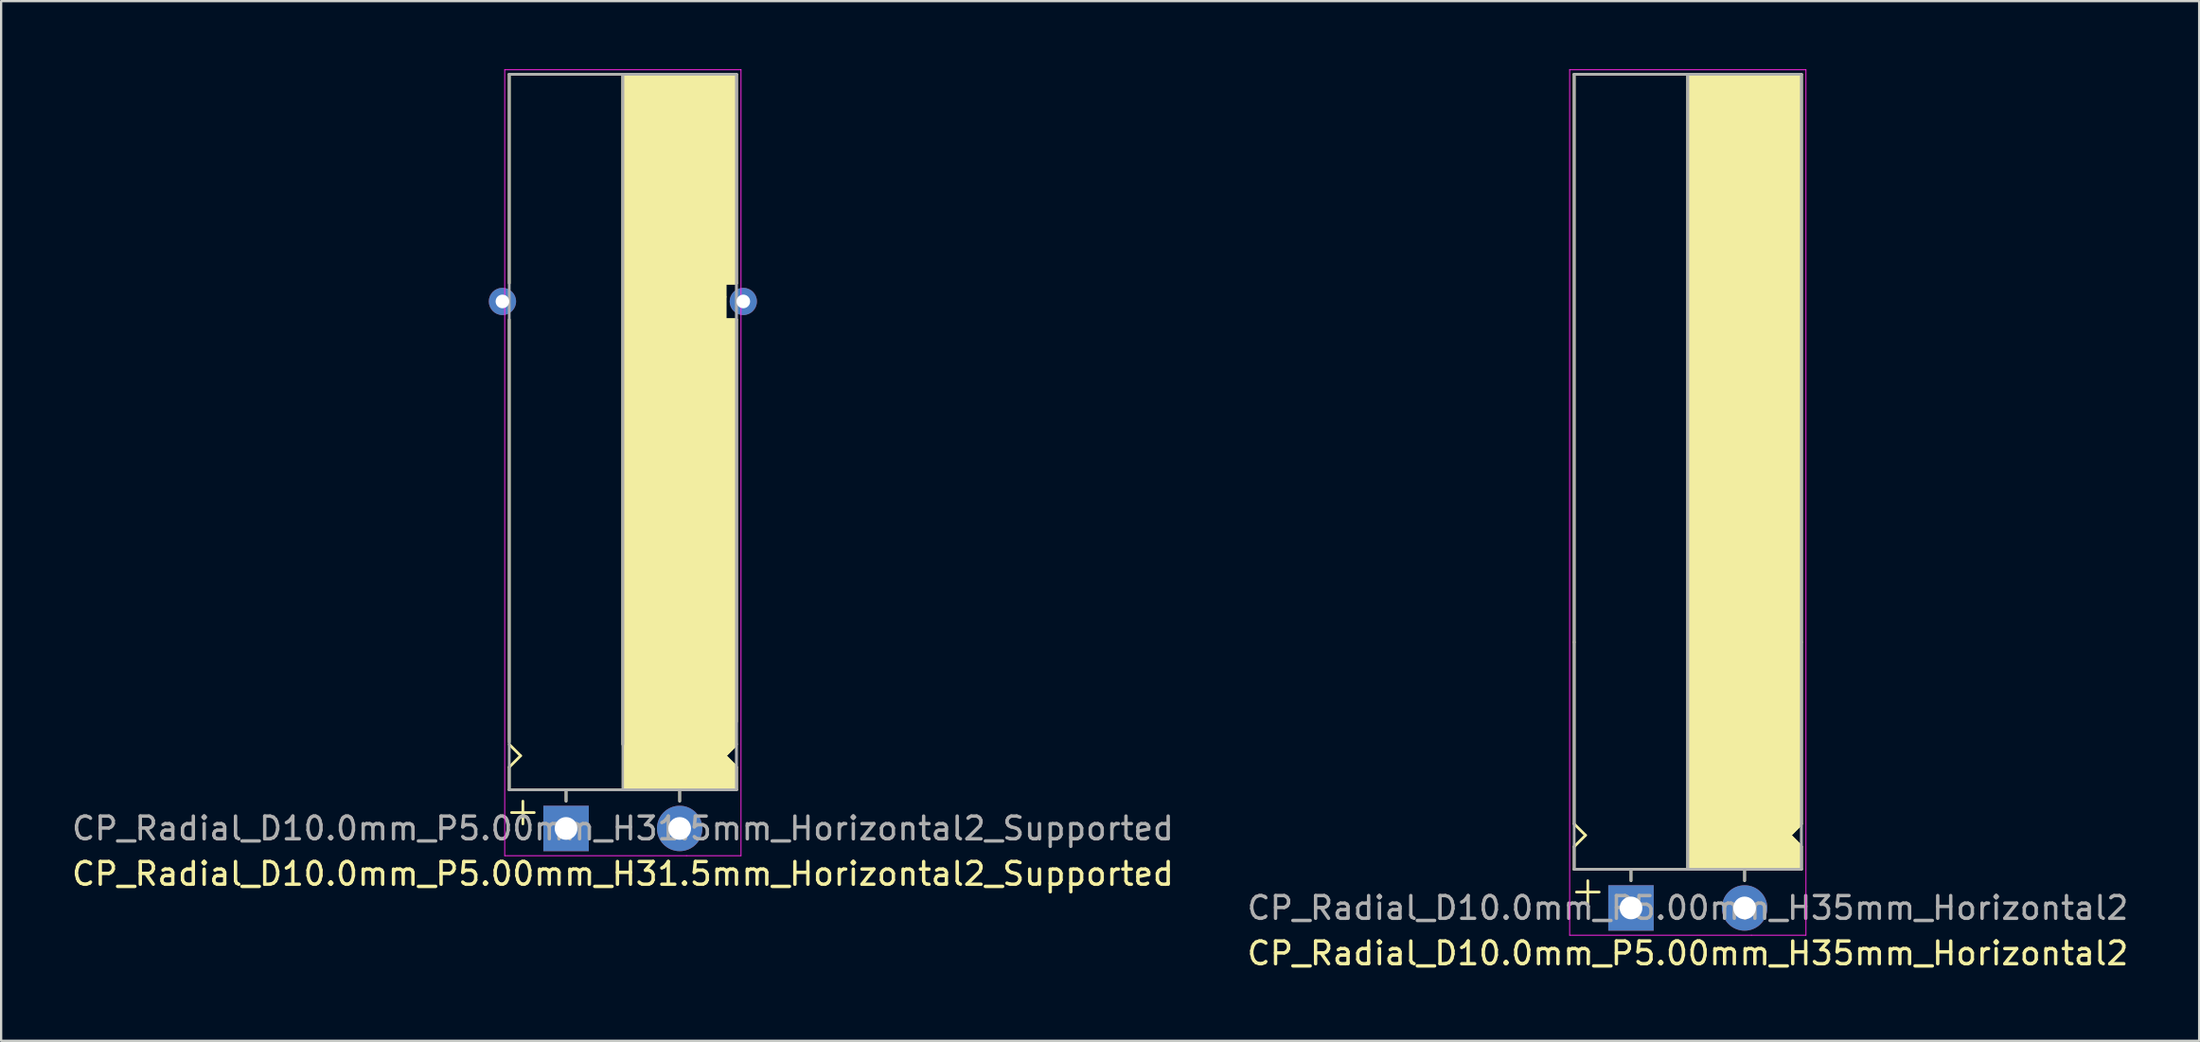
<source format=kicad_pcb>
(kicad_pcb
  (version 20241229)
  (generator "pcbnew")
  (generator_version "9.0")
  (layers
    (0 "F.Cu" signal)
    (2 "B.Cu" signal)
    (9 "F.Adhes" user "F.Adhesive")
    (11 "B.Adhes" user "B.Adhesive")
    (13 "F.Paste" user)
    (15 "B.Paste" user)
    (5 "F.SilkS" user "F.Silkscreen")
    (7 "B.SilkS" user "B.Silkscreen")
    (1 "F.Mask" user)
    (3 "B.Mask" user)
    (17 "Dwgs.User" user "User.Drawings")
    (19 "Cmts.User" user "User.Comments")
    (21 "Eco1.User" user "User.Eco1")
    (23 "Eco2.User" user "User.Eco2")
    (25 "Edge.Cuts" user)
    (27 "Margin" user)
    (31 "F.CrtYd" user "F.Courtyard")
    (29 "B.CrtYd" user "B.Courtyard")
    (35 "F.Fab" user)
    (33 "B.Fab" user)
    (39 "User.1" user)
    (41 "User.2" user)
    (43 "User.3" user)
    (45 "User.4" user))
  (footprint "CP_Radial_D10.0mm_P5.00mm_H35mm_Horizontal2"
    (layer "F.Cu")
    (at 68.732 36.92)
    (property "Reference" "CP_Radial_D10.0mm_P5.00mm_H35mm_Horizontal2" (at 2.5 2 0) (layer "F.SilkS") (effects (font (size 1 1) (thickness 0.15))))
    (attr through_hole)
    (fp_line (start -2.5 -36.7) (end 7.5 -36.7) (stroke (width 0.12) (type solid)) (layer "F.SilkS"))
    (fp_line (start -2.5 -11.7) (end -2.5 -36.7) (stroke (width 0.12) (type solid)) (layer "F.SilkS"))
    (fp_line (start -2.5 -3.7) (end -2.5 -11.7) (stroke (width 0.12) (type solid)) (layer "F.SilkS"))
    (fp_line (start -2.5 -2.7) (end -2 -3.2) (stroke (width 0.12) (type solid)) (layer "F.SilkS"))
    (fp_line (start -2.5 -1.7) (end -2.5 -2.7) (stroke (width 0.12) (type solid)) (layer "F.SilkS"))
    (fp_line (start -2 -3.2) (end -2.5 -3.7) (stroke (width 0.12) (type solid)) (layer "F.SilkS"))
    (fp_line (start -1.9 -1.2) (end -1.9 -0.2) (stroke (width 0.12) (type solid)) (layer "F.SilkS"))
    (fp_line (start -1.4 -0.7) (end -2.4 -0.7) (stroke (width 0.12) (type solid)) (layer "F.SilkS"))
    (fp_line (start 0 -1.7) (end 0 -1.2) (stroke (width 0.12) (type solid)) (layer "F.SilkS"))
    (fp_line (start 2.5 -36.7) (end 2.5 -1.7) (stroke (width 0.12) (type solid)) (layer "F.SilkS"))
    (fp_line (start 2.5 -1.7) (end -2.5 -1.7) (stroke (width 0.12) (type solid)) (layer "F.SilkS"))
    (fp_line (start 5 -1.7) (end 5 -1.2) (stroke (width 0.12) (type solid)) (layer "F.SilkS"))
    (fp_line (start 7 -3.2) (end 7.5 -3.7) (stroke (width 0.12) (type solid)) (layer "F.SilkS"))
    (fp_line (start 7.5 -11.7) (end 7.5 -36.7) (stroke (width 0.12) (type solid)) (layer "F.SilkS"))
    (fp_line (start 7.5 -3.7) (end 7.5 -11.7) (stroke (width 0.12) (type solid)) (layer "F.SilkS"))
    (fp_line (start 7.5 -2.7) (end 7 -3.2) (stroke (width 0.12) (type solid)) (layer "F.SilkS"))
    (fp_line (start 7.5 -1.7) (end 2.5 -1.7) (stroke (width 0.12) (type solid)) (layer "F.SilkS"))
    (fp_line (start 7.5 -1.7) (end 7.5 -2.7) (stroke (width 0.12) (type solid)) (layer "F.SilkS"))
    (fp_poly (pts (xy 7.5 -2.7) (xy 7 -3.2) (xy 7.5 -3.7) (xy 7.5 -36.7) (xy 2.5 -36.7) (xy 2.5 -1.7) (xy 7.5 -1.7)) (stroke (width 0.1) (type solid)) (fill yes) (layer "F.SilkS"))
    (fp_line (start -2.7 -36.9) (end -2.7 1.2) (stroke (width 0.04) (type solid)) (layer "F.CrtYd"))
    (fp_line (start -2.7 1.2) (end 5.3 1.2) (stroke (width 0.04) (type solid)) (layer "F.CrtYd"))
    (fp_line (start 5.3 1.2) (end 7.7 1.2) (stroke (width 0.04) (type solid)) (layer "F.CrtYd"))
    (fp_line (start 7.7 -36.9) (end -2.7 -36.9) (stroke (width 0.04) (type solid)) (layer "F.CrtYd"))
    (fp_line (start 7.7 1.2) (end 7.7 -36.9) (stroke (width 0.04) (type solid)) (layer "F.CrtYd"))
    (fp_line (start -2.5 -36.7) (end 7.5 -36.7) (stroke (width 0.12) (type solid)) (layer "F.Fab"))
    (fp_line (start -2.5 -1.7) (end -2.5 -36.7) (stroke (width 0.12) (type solid)) (layer "F.Fab"))
    (fp_line (start 0 -1.7) (end 0 -1.2) (stroke (width 0.12) (type solid)) (layer "F.Fab"))
    (fp_line (start 2.5 -1.7) (end 2.5 -36.7) (stroke (width 0.12) (type solid)) (layer "F.Fab"))
    (fp_line (start 5 -1.7) (end 5 -1.2) (stroke (width 0.12) (type solid)) (layer "F.Fab"))
    (fp_line (start 7.5 -36.7) (end 7.5 -1.7) (stroke (width 0.12) (type solid)) (layer "F.Fab"))
    (fp_line (start 7.5 -1.7) (end -2.5 -1.7) (stroke (width 0.12) (type solid)) (layer "F.Fab"))
    (fp_poly (pts (xy 7.5 -36.7) (xy 2.5 -36.7) (xy 2.5 -1.7) (xy 7.5 -1.7)) (stroke (width 0.1) (type solid)) (fill no) (layer "F.Fab"))
    (fp_text user "${REFERENCE}" (at 2.5 0 0) (layer "F.Fab") (effects (font (size 1 1) (thickness 0.15))))
    (pad "1" thru_hole rect (at 0 0) (size 2 2) (drill 1) (layers "*.Cu" "*.Mask"))
    (pad "2" thru_hole circle (at 5 0) (size 2 2) (drill 1) (layers "*.Cu" "*.Mask")))
  (footprint "CP_Radial_D10.0mm_P5.00mm_H31.5mm_Horizontal2_Supported"
    (layer "F.Cu")
    (at 21.863 33.42)
    (property "Reference" "CP_Radial_D10.0mm_P5.00mm_H31.5mm_Horizontal2_Supported" (at 2.5 2 0) (layer "F.SilkS") (effects (font (size 1 1) (thickness 0.15))))
    (attr through_hole)
    (fp_line (start -2.5 -33.2) (end 7.5 -33.2) (stroke (width 0.12) (type solid)) (layer "F.SilkS"))
    (fp_line (start -2.5 -24) (end -2.5 -33.2) (stroke (width 0.12) (type solid)) (layer "F.SilkS"))
    (fp_line (start -2.5 -3.8) (end -2.5 -22.4) (stroke (width 0.12) (type solid)) (layer "F.SilkS"))
    (fp_line (start -2.5 -2.7) (end -2 -3.2) (stroke (width 0.12) (type solid)) (layer "F.SilkS"))
    (fp_line (start -2.5 -1.7) (end -2.5 -2.7) (stroke (width 0.12) (type solid)) (layer "F.SilkS"))
    (fp_line (start -2 -3.2) (end -2.5 -3.7) (stroke (width 0.12) (type solid)) (layer "F.SilkS"))
    (fp_line (start -1.9 -1.2) (end -1.9 -0.2) (stroke (width 0.12) (type solid)) (layer "F.SilkS"))
    (fp_line (start -1.4 -0.7) (end -2.4 -0.7) (stroke (width 0.12) (type solid)) (layer "F.SilkS"))
    (fp_line (start 0 -1.7) (end 0 -1.2) (stroke (width 0.12) (type solid)) (layer "F.SilkS"))
    (fp_line (start 2.5 -33.2) (end 2.5 -3.7) (stroke (width 0.12) (type solid)) (layer "F.SilkS"))
    (fp_line (start 2.5 -1.7) (end -2.5 -1.7) (stroke (width 0.12) (type solid)) (layer "F.SilkS"))
    (fp_line (start 5 -1.7) (end 5 -1.2) (stroke (width 0.12) (type solid)) (layer "F.SilkS"))
    (fp_line (start 7 -24) (end 7 -23.4) (stroke (width 0.12) (type solid)) (layer "F.SilkS"))
    (fp_line (start 7 -23.4) (end 7 -22.4) (stroke (width 0.12) (type solid)) (layer "F.SilkS"))
    (fp_line (start 7 -22.4) (end 7.5 -22.4) (stroke (width 0.12) (type solid)) (layer "F.SilkS"))
    (fp_line (start 7 -3.2) (end 7.5 -3.7) (stroke (width 0.12) (type solid)) (layer "F.SilkS"))
    (fp_line (start 7.5 -24) (end 7 -24) (stroke (width 0.12) (type solid)) (layer "F.SilkS"))
    (fp_line (start 7.5 -24) (end 7.5 -33.2) (stroke (width 0.12) (type solid)) (layer "F.SilkS"))
    (fp_line (start 7.5 -4.7) (end 7.5 -22.4) (stroke (width 0.12) (type solid)) (layer "F.SilkS"))
    (fp_line (start 7.5 -2.7) (end 7 -3.2) (stroke (width 0.12) (type solid)) (layer "F.SilkS"))
    (fp_line (start 7.5 -1.7) (end 2.5 -1.7) (stroke (width 0.12) (type solid)) (layer "F.SilkS"))
    (fp_line (start 7.5 -1.7) (end 7.5 -2.7) (stroke (width 0.12) (type solid)) (layer "F.SilkS"))
    (fp_poly (pts (xy 7.5 -2.7) (xy 7 -3.2) (xy 7.5 -3.7) (xy 7.5 -22.4) (xy 7 -22.4) (xy 7 -24) (xy 7.5 -24) (xy 7.5 -33.2) (xy 2.5 -33.2) (xy 2.5 -1.7) (xy 7.5 -1.7)) (stroke (width 0.1) (type solid)) (fill yes) (layer "F.SilkS"))
    (fp_line (start -2.7 -33.4) (end -2.7 1.2) (stroke (width 0.04) (type solid)) (layer "F.CrtYd"))
    (fp_line (start -2.7 1.2) (end 5.3 1.2) (stroke (width 0.04) (type solid)) (layer "F.CrtYd"))
    (fp_line (start 5.3 1.2) (end 7.7 1.2) (stroke (width 0.04) (type solid)) (layer "F.CrtYd"))
    (fp_line (start 7.7 -33.4) (end -2.7 -33.4) (stroke (width 0.04) (type solid)) (layer "F.CrtYd"))
    (fp_line (start 7.7 1.2) (end 7.7 -33.4) (stroke (width 0.04) (type solid)) (layer "F.CrtYd"))
    (fp_line (start -2.5 -33.2) (end 7.5 -33.2) (stroke (width 0.12) (type solid)) (layer "F.Fab"))
    (fp_line (start -2.5 -1.7) (end -2.5 -33.2) (stroke (width 0.12) (type solid)) (layer "F.Fab"))
    (fp_line (start 0 -1.7) (end 0 -1.2) (stroke (width 0.12) (type solid)) (layer "F.Fab"))
    (fp_line (start 2.5 -3.7) (end 2.5 -33.2) (stroke (width 0.12) (type solid)) (layer "F.Fab"))
    (fp_line (start 5 -1.7) (end 5 -1.2) (stroke (width 0.12) (type solid)) (layer "F.Fab"))
    (fp_line (start 7.5 -33.2) (end 7.5 -1.7) (stroke (width 0.12) (type solid)) (layer "F.Fab"))
    (fp_line (start 7.5 -1.7) (end -2.5 -1.7) (stroke (width 0.12) (type solid)) (layer "F.Fab"))
    (fp_poly (pts (xy 7.5 -33.2) (xy 2.5 -33.2) (xy 2.5 -1.7) (xy 7.5 -1.7)) (stroke (width 0.1) (type solid)) (fill no) (layer "F.Fab"))
    (fp_text user "${REFERENCE}" (at 2.5 0 0) (layer "F.Fab") (effects (font (size 1 1) (thickness 0.15))))
    (pad "" thru_hole circle (at -2.8 -23.2 180) (size 1.2 1.2) (drill 0.6) (layers "*.Cu" "*.Mask"))
    (pad "" thru_hole circle (at 7.8 -23.2 180) (size 1.2 1.2) (drill 0.6) (layers "*.Cu" "*.Mask"))
    (pad "1" thru_hole rect (at 0 0) (size 2 2) (drill 1) (layers "*.Cu" "*.Mask"))
    (pad "2" thru_hole circle (at 5 0) (size 2 2) (drill 1) (layers "*.Cu" "*.Mask")))
  (gr_rect
    (start -3 -3)
    (end 93.738 42.768)
    (stroke (width 0.1) (type default))
    (fill no)
    (layer "Edge.Cuts")))
</source>
